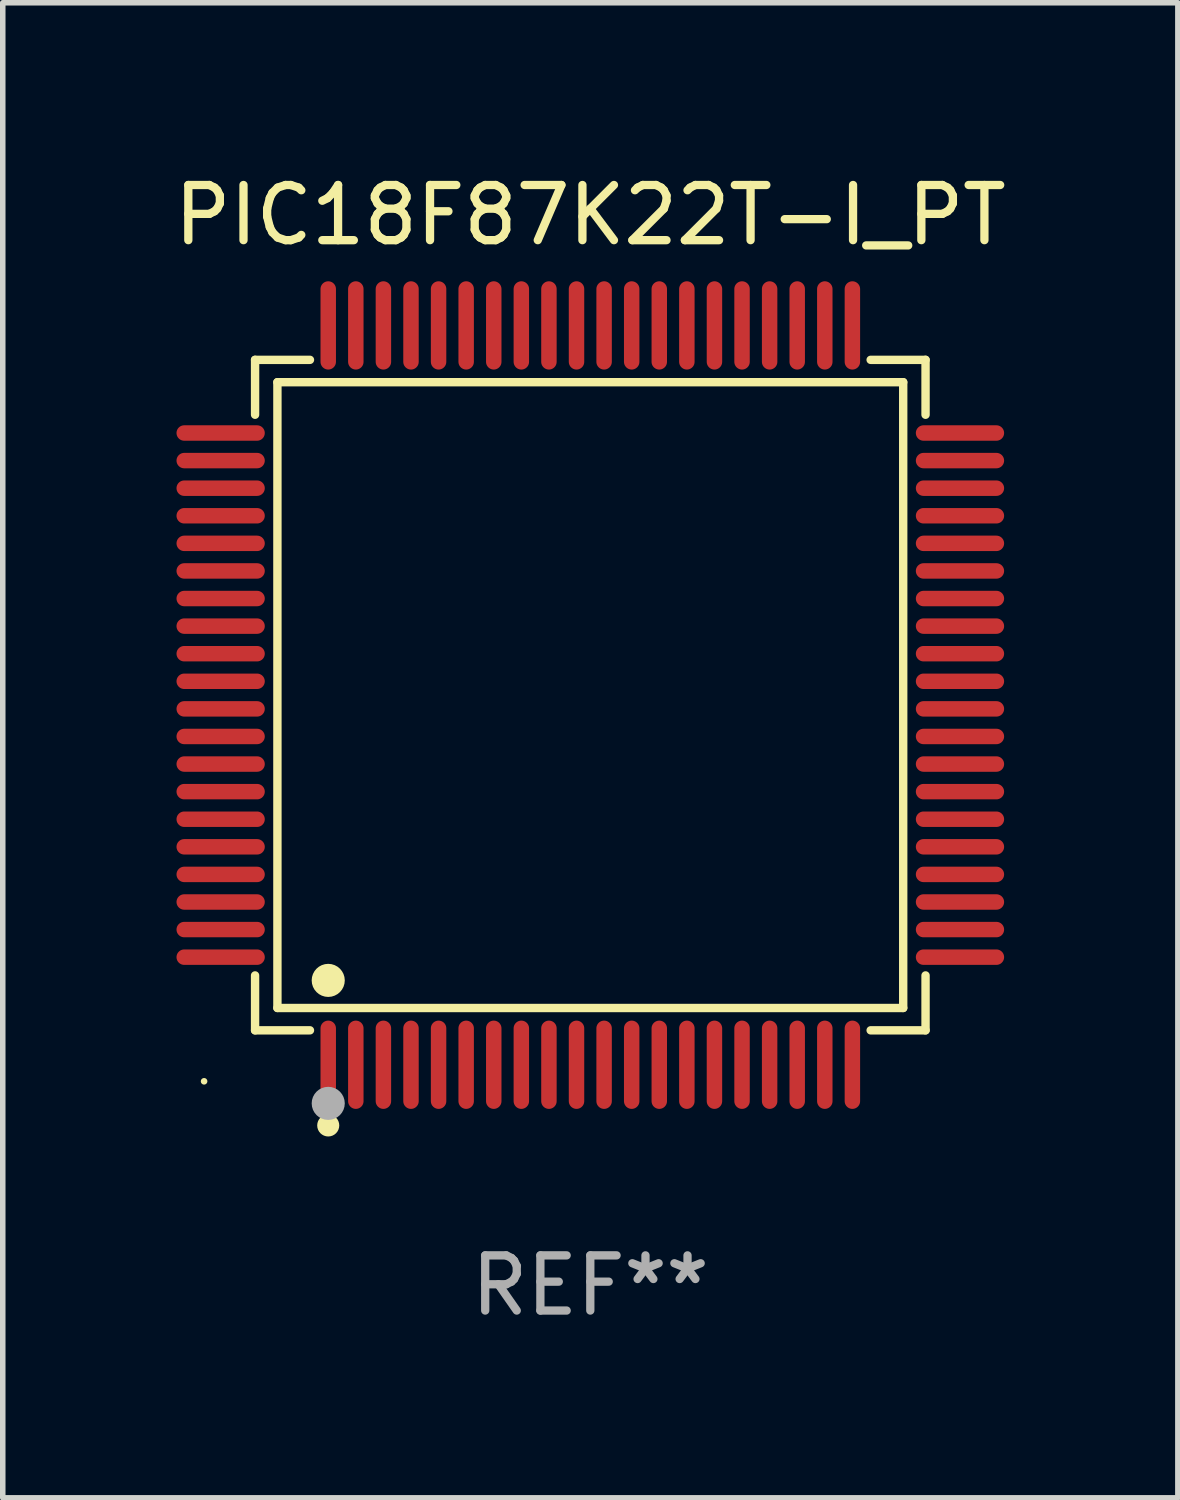
<source format=kicad_pcb>
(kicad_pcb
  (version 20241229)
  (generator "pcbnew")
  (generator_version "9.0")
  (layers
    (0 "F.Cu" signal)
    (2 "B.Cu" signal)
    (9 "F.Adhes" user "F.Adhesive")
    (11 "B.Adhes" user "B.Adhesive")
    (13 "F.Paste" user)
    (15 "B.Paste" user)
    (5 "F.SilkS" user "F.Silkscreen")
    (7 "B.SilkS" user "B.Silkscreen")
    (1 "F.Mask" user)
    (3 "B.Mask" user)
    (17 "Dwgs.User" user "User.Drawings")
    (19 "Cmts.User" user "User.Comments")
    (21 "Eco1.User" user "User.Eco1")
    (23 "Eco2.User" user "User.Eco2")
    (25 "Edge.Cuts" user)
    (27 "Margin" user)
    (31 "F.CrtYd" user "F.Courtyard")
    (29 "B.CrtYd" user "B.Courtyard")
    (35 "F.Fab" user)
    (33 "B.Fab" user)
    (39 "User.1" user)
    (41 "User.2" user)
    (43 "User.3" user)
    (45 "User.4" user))
  (footprint "PIC18F87K22T-I_PT"
    (layer "F.Cu")
    (at 7.649 9.548)
    (property "Reference" "PIC18F87K22T-I_PT" (at 0 -8.7 0) (layer "F.SilkS") (effects (font (size 1 1) (thickness 0.15))))
    (attr through_hole)
    (fp_line (start -6.076 -6.076) (end -5.081 -6.076) (stroke (width 0.152) (type solid)) (layer "F.SilkS"))
    (fp_line (start -6.076 -5.081) (end -6.076 -6.076) (stroke (width 0.152) (type solid)) (layer "F.SilkS"))
    (fp_line (start -6.076 5.081) (end -6.076 6.076) (stroke (width 0.152) (type solid)) (layer "F.SilkS"))
    (fp_line (start -6.076 6.076) (end -5.081 6.076) (stroke (width 0.152) (type solid)) (layer "F.SilkS"))
    (fp_line (start -5.671 -5.671) (end 5.671 -5.671) (stroke (width 0.152) (type solid)) (layer "F.SilkS"))
    (fp_line (start -5.671 5.671) (end -5.671 -5.671) (stroke (width 0.152) (type solid)) (layer "F.SilkS"))
    (fp_line (start 5.671 -5.671) (end 5.671 5.671) (stroke (width 0.152) (type solid)) (layer "F.SilkS"))
    (fp_line (start 5.671 5.671) (end -5.671 5.671) (stroke (width 0.152) (type solid)) (layer "F.SilkS"))
    (fp_line (start 6.076 -6.076) (end 5.081 -6.076) (stroke (width 0.152) (type solid)) (layer "F.SilkS"))
    (fp_line (start 6.076 -5.081) (end 6.076 -6.076) (stroke (width 0.152) (type solid)) (layer "F.SilkS"))
    (fp_line (start 6.076 5.081) (end 6.076 6.076) (stroke (width 0.152) (type solid)) (layer "F.SilkS"))
    (fp_line (start 6.076 6.076) (end 5.081 6.076) (stroke (width 0.152) (type solid)) (layer "F.SilkS"))
    (fp_circle (center -7 7) (end -6.97 7) (stroke (width 0.06) (type solid)) (fill no) (layer "F.SilkS"))
    (fp_circle (center -4.75 5.171) (end -4.6 5.171) (stroke (width 0.3) (type solid)) (fill no) (layer "F.SilkS"))
    (fp_circle (center -4.75 7.8) (end -4.65 7.8) (stroke (width 0.2) (type solid)) (fill no) (layer "F.SilkS"))
    (fp_circle (center -4.75 7.4) (end -4.6 7.4) (stroke (width 0.3) (type solid)) (fill no) (layer "F.Fab"))
    (fp_text user "REF**" (at 0 10.7 0) (layer "F.Fab") (effects (font (size 1 1) (thickness 0.15))))
    (pad "1" smd oval (at -4.75 6.7) (size 0.28 1.6) (layers "F.Cu" "F.Mask" "F.Paste"))
    (pad "2" smd oval (at -4.25 6.7) (size 0.28 1.6) (layers "F.Cu" "F.Mask" "F.Paste"))
    (pad "3" smd oval (at -3.75 6.7) (size 0.28 1.6) (layers "F.Cu" "F.Mask" "F.Paste"))
    (pad "4" smd oval (at -3.25 6.7) (size 0.28 1.6) (layers "F.Cu" "F.Mask" "F.Paste"))
    (pad "5" smd oval (at -2.75 6.7) (size 0.28 1.6) (layers "F.Cu" "F.Mask" "F.Paste"))
    (pad "6" smd oval (at -2.25 6.7) (size 0.28 1.6) (layers "F.Cu" "F.Mask" "F.Paste"))
    (pad "7" smd oval (at -1.75 6.7) (size 0.28 1.6) (layers "F.Cu" "F.Mask" "F.Paste"))
    (pad "8" smd oval (at -1.25 6.7) (size 0.28 1.6) (layers "F.Cu" "F.Mask" "F.Paste"))
    (pad "9" smd oval (at -0.75 6.7) (size 0.28 1.6) (layers "F.Cu" "F.Mask" "F.Paste"))
    (pad "10" smd oval (at -0.25 6.7) (size 0.28 1.6) (layers "F.Cu" "F.Mask" "F.Paste"))
    (pad "11" smd oval (at 0.25 6.7) (size 0.28 1.6) (layers "F.Cu" "F.Mask" "F.Paste"))
    (pad "12" smd oval (at 0.75 6.7) (size 0.28 1.6) (layers "F.Cu" "F.Mask" "F.Paste"))
    (pad "13" smd oval (at 1.25 6.7) (size 0.28 1.6) (layers "F.Cu" "F.Mask" "F.Paste"))
    (pad "14" smd oval (at 1.75 6.7) (size 0.28 1.6) (layers "F.Cu" "F.Mask" "F.Paste"))
    (pad "15" smd oval (at 2.25 6.7) (size 0.28 1.6) (layers "F.Cu" "F.Mask" "F.Paste"))
    (pad "16" smd oval (at 2.75 6.7) (size 0.28 1.6) (layers "F.Cu" "F.Mask" "F.Paste"))
    (pad "17" smd oval (at 3.25 6.7) (size 0.28 1.6) (layers "F.Cu" "F.Mask" "F.Paste"))
    (pad "18" smd oval (at 3.75 6.7) (size 0.28 1.6) (layers "F.Cu" "F.Mask" "F.Paste"))
    (pad "19" smd oval (at 4.25 6.7) (size 0.28 1.6) (layers "F.Cu" "F.Mask" "F.Paste"))
    (pad "20" smd oval (at 4.75 6.7) (size 0.28 1.6) (layers "F.Cu" "F.Mask" "F.Paste"))
    (pad "21" smd oval (at 6.7 4.75) (size 1.6 0.28) (layers "F.Cu" "F.Mask" "F.Paste"))
    (pad "22" smd oval (at 6.7 4.25) (size 1.6 0.28) (layers "F.Cu" "F.Mask" "F.Paste"))
    (pad "23" smd oval (at 6.7 3.75) (size 1.6 0.28) (layers "F.Cu" "F.Mask" "F.Paste"))
    (pad "24" smd oval (at 6.7 3.25) (size 1.6 0.28) (layers "F.Cu" "F.Mask" "F.Paste"))
    (pad "25" smd oval (at 6.7 2.75) (size 1.6 0.28) (layers "F.Cu" "F.Mask" "F.Paste"))
    (pad "26" smd oval (at 6.7 2.25) (size 1.6 0.28) (layers "F.Cu" "F.Mask" "F.Paste"))
    (pad "27" smd oval (at 6.7 1.75) (size 1.6 0.28) (layers "F.Cu" "F.Mask" "F.Paste"))
    (pad "28" smd oval (at 6.7 1.25) (size 1.6 0.28) (layers "F.Cu" "F.Mask" "F.Paste"))
    (pad "29" smd oval (at 6.7 0.75) (size 1.6 0.28) (layers "F.Cu" "F.Mask" "F.Paste"))
    (pad "30" smd oval (at 6.7 0.25) (size 1.6 0.28) (layers "F.Cu" "F.Mask" "F.Paste"))
    (pad "31" smd oval (at 6.7 -0.25) (size 1.6 0.28) (layers "F.Cu" "F.Mask" "F.Paste"))
    (pad "32" smd oval (at 6.7 -0.75) (size 1.6 0.28) (layers "F.Cu" "F.Mask" "F.Paste"))
    (pad "33" smd oval (at 6.7 -1.25) (size 1.6 0.28) (layers "F.Cu" "F.Mask" "F.Paste"))
    (pad "34" smd oval (at 6.7 -1.75) (size 1.6 0.28) (layers "F.Cu" "F.Mask" "F.Paste"))
    (pad "35" smd oval (at 6.7 -2.25) (size 1.6 0.28) (layers "F.Cu" "F.Mask" "F.Paste"))
    (pad "36" smd oval (at 6.7 -2.75) (size 1.6 0.28) (layers "F.Cu" "F.Mask" "F.Paste"))
    (pad "37" smd oval (at 6.7 -3.25) (size 1.6 0.28) (layers "F.Cu" "F.Mask" "F.Paste"))
    (pad "38" smd oval (at 6.7 -3.75) (size 1.6 0.28) (layers "F.Cu" "F.Mask" "F.Paste"))
    (pad "39" smd oval (at 6.7 -4.25) (size 1.6 0.28) (layers "F.Cu" "F.Mask" "F.Paste"))
    (pad "40" smd oval (at 6.7 -4.75) (size 1.6 0.28) (layers "F.Cu" "F.Mask" "F.Paste"))
    (pad "41" smd oval (at 4.75 -6.7) (size 0.28 1.6) (layers "F.Cu" "F.Mask" "F.Paste"))
    (pad "42" smd oval (at 4.25 -6.7) (size 0.28 1.6) (layers "F.Cu" "F.Mask" "F.Paste"))
    (pad "43" smd oval (at 3.75 -6.7) (size 0.28 1.6) (layers "F.Cu" "F.Mask" "F.Paste"))
    (pad "44" smd oval (at 3.25 -6.7) (size 0.28 1.6) (layers "F.Cu" "F.Mask" "F.Paste"))
    (pad "45" smd oval (at 2.75 -6.7) (size 0.28 1.6) (layers "F.Cu" "F.Mask" "F.Paste"))
    (pad "46" smd oval (at 2.25 -6.7) (size 0.28 1.6) (layers "F.Cu" "F.Mask" "F.Paste"))
    (pad "47" smd oval (at 1.75 -6.7) (size 0.28 1.6) (layers "F.Cu" "F.Mask" "F.Paste"))
    (pad "48" smd oval (at 1.25 -6.7) (size 0.28 1.6) (layers "F.Cu" "F.Mask" "F.Paste"))
    (pad "49" smd oval (at 0.75 -6.7) (size 0.28 1.6) (layers "F.Cu" "F.Mask" "F.Paste"))
    (pad "50" smd oval (at 0.25 -6.7) (size 0.28 1.6) (layers "F.Cu" "F.Mask" "F.Paste"))
    (pad "51" smd oval (at -0.25 -6.7) (size 0.28 1.6) (layers "F.Cu" "F.Mask" "F.Paste"))
    (pad "52" smd oval (at -0.75 -6.7) (size 0.28 1.6) (layers "F.Cu" "F.Mask" "F.Paste"))
    (pad "53" smd oval (at -1.25 -6.7) (size 0.28 1.6) (layers "F.Cu" "F.Mask" "F.Paste"))
    (pad "54" smd oval (at -1.75 -6.7) (size 0.28 1.6) (layers "F.Cu" "F.Mask" "F.Paste"))
    (pad "55" smd oval (at -2.25 -6.7) (size 0.28 1.6) (layers "F.Cu" "F.Mask" "F.Paste"))
    (pad "56" smd oval (at -2.75 -6.7) (size 0.28 1.6) (layers "F.Cu" "F.Mask" "F.Paste"))
    (pad "57" smd oval (at -3.25 -6.7) (size 0.28 1.6) (layers "F.Cu" "F.Mask" "F.Paste"))
    (pad "58" smd oval (at -3.75 -6.7) (size 0.28 1.6) (layers "F.Cu" "F.Mask" "F.Paste"))
    (pad "59" smd oval (at -4.25 -6.7) (size 0.28 1.6) (layers "F.Cu" "F.Mask" "F.Paste"))
    (pad "60" smd oval (at -4.75 -6.7) (size 0.28 1.6) (layers "F.Cu" "F.Mask" "F.Paste"))
    (pad "61" smd oval (at -6.7 -4.75) (size 1.6 0.28) (layers "F.Cu" "F.Mask" "F.Paste"))
    (pad "62" smd oval (at -6.7 -4.25) (size 1.6 0.28) (layers "F.Cu" "F.Mask" "F.Paste"))
    (pad "63" smd oval (at -6.7 -3.75) (size 1.6 0.28) (layers "F.Cu" "F.Mask" "F.Paste"))
    (pad "64" smd oval (at -6.7 -3.25) (size 1.6 0.28) (layers "F.Cu" "F.Mask" "F.Paste"))
    (pad "65" smd oval (at -6.7 -2.75) (size 1.6 0.28) (layers "F.Cu" "F.Mask" "F.Paste"))
    (pad "66" smd oval (at -6.7 -2.25) (size 1.6 0.28) (layers "F.Cu" "F.Mask" "F.Paste"))
    (pad "67" smd oval (at -6.7 -1.75) (size 1.6 0.28) (layers "F.Cu" "F.Mask" "F.Paste"))
    (pad "68" smd oval (at -6.7 -1.25) (size 1.6 0.28) (layers "F.Cu" "F.Mask" "F.Paste"))
    (pad "69" smd oval (at -6.7 -0.75) (size 1.6 0.28) (layers "F.Cu" "F.Mask" "F.Paste"))
    (pad "70" smd oval (at -6.7 -0.25) (size 1.6 0.28) (layers "F.Cu" "F.Mask" "F.Paste"))
    (pad "71" smd oval (at -6.7 0.25) (size 1.6 0.28) (layers "F.Cu" "F.Mask" "F.Paste"))
    (pad "72" smd oval (at -6.7 0.75) (size 1.6 0.28) (layers "F.Cu" "F.Mask" "F.Paste"))
    (pad "73" smd oval (at -6.7 1.25) (size 1.6 0.28) (layers "F.Cu" "F.Mask" "F.Paste"))
    (pad "74" smd oval (at -6.7 1.75) (size 1.6 0.28) (layers "F.Cu" "F.Mask" "F.Paste"))
    (pad "75" smd oval (at -6.7 2.25) (size 1.6 0.28) (layers "F.Cu" "F.Mask" "F.Paste"))
    (pad "76" smd oval (at -6.7 2.75) (size 1.6 0.28) (layers "F.Cu" "F.Mask" "F.Paste"))
    (pad "77" smd oval (at -6.7 3.25) (size 1.6 0.28) (layers "F.Cu" "F.Mask" "F.Paste"))
    (pad "78" smd oval (at -6.7 3.75) (size 1.6 0.28) (layers "F.Cu" "F.Mask" "F.Paste"))
    (pad "79" smd oval (at -6.7 4.25) (size 1.6 0.28) (layers "F.Cu" "F.Mask" "F.Paste"))
    (pad "80" smd oval (at -6.7 4.75) (size 1.6 0.28) (layers "F.Cu" "F.Mask" "F.Paste")))
  (gr_rect
    (start -3 -3)
    (end 18.298 24.097)
    (stroke (width 0.1) (type default))
    (fill no)
    (layer "Edge.Cuts")))
</source>
